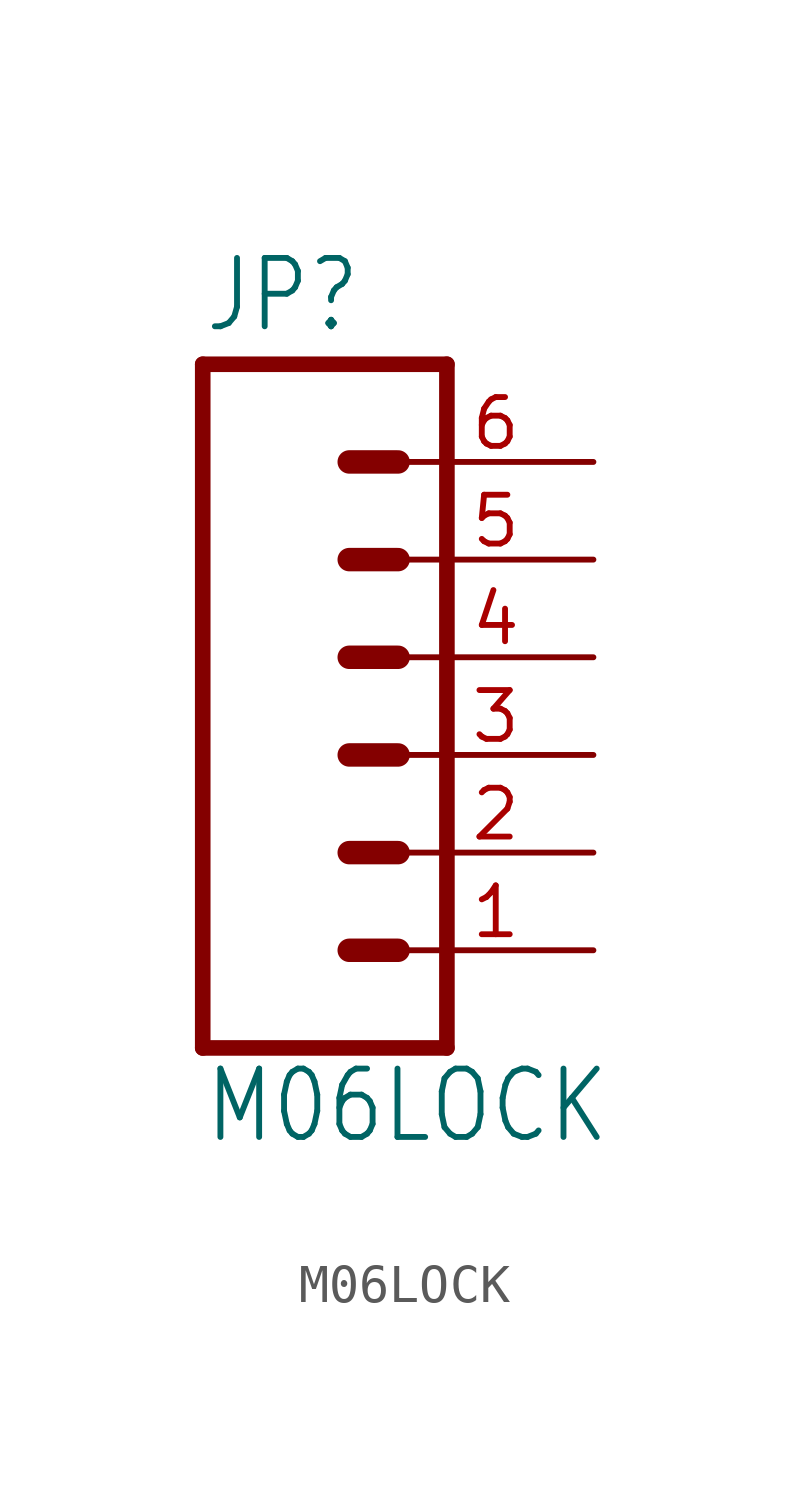
<source format=kicad_sym>
(kicad_symbol_lib
  (version 20201005)
  (generator kicad_symbol_editor)
  (symbol "M06LOCK"
    (property "Reference" "JP"
      (at -5.08 10.922 0)
      (effects (font (size 1.778 1.511)) (justify left bottom)))
    (property "Value" "M06LOCK"
      (at -5.08 -10.16 0)
      (effects (font (size 1.778 1.511)) (justify left bottom)))
    (property "ki_locked" ""
      (at 0 0 0)
      (effects (font (size 1.27 1.27))))
    (symbol "M06LOCK_1_0"
      (polyline (pts (xy 1.27 -7.62) (xy -5.08 -7.62)) (stroke (width 0.406)) (fill (type none)))
      (polyline (pts (xy -1.27 0) (xy 0 0)) (stroke (width 0.61)) (fill (type none)))
      (polyline (pts (xy -1.27 -2.54) (xy 0 -2.54)) (stroke (width 0.61)) (fill (type none)))
      (polyline (pts (xy -1.27 -5.08) (xy 0 -5.08)) (stroke (width 0.61)) (fill (type none)))
      (polyline (pts (xy -5.08 10.16) (xy -5.08 -7.62)) (stroke (width 0.406)) (fill (type none)))
      (polyline (pts (xy 1.27 -7.62) (xy 1.27 10.16)) (stroke (width 0.406)) (fill (type none)))
      (polyline (pts (xy -5.08 10.16) (xy 1.27 10.16)) (stroke (width 0.406)) (fill (type none)))
      (polyline (pts (xy -1.27 5.08) (xy 0 5.08)) (stroke (width 0.61)) (fill (type none)))
      (polyline (pts (xy -1.27 2.54) (xy 0 2.54)) (stroke (width 0.61)) (fill (type none)))
      (polyline (pts (xy -1.27 7.62) (xy 0 7.62)) (stroke (width 0.61)) (fill (type none)))
      (pin passive line (at 5.08 -5.08 180) (length 5.08) (name "1" (effects (font (size 0 0)))) (number "1" (effects (font (size 1.27 1.27)))))
      (pin passive line (at 5.08 -2.54 180) (length 5.08) (name "2" (effects (font (size 0 0)))) (number "2" (effects (font (size 1.27 1.27)))))
      (pin passive line (at 5.08 0 180) (length 5.08) (name "3" (effects (font (size 0 0)))) (number "3" (effects (font (size 1.27 1.27)))))
      (pin passive line (at 5.08 2.54 180) (length 5.08) (name "4" (effects (font (size 0 0)))) (number "4" (effects (font (size 1.27 1.27)))))
      (pin passive line (at 5.08 5.08 180) (length 5.08) (name "5" (effects (font (size 0 0)))) (number "5" (effects (font (size 1.27 1.27)))))
      (pin passive line (at 5.08 7.62 180) (length 5.08) (name "6" (effects (font (size 0 0)))) (number "6" (effects (font (size 1.27 1.27))))))))
</source>
